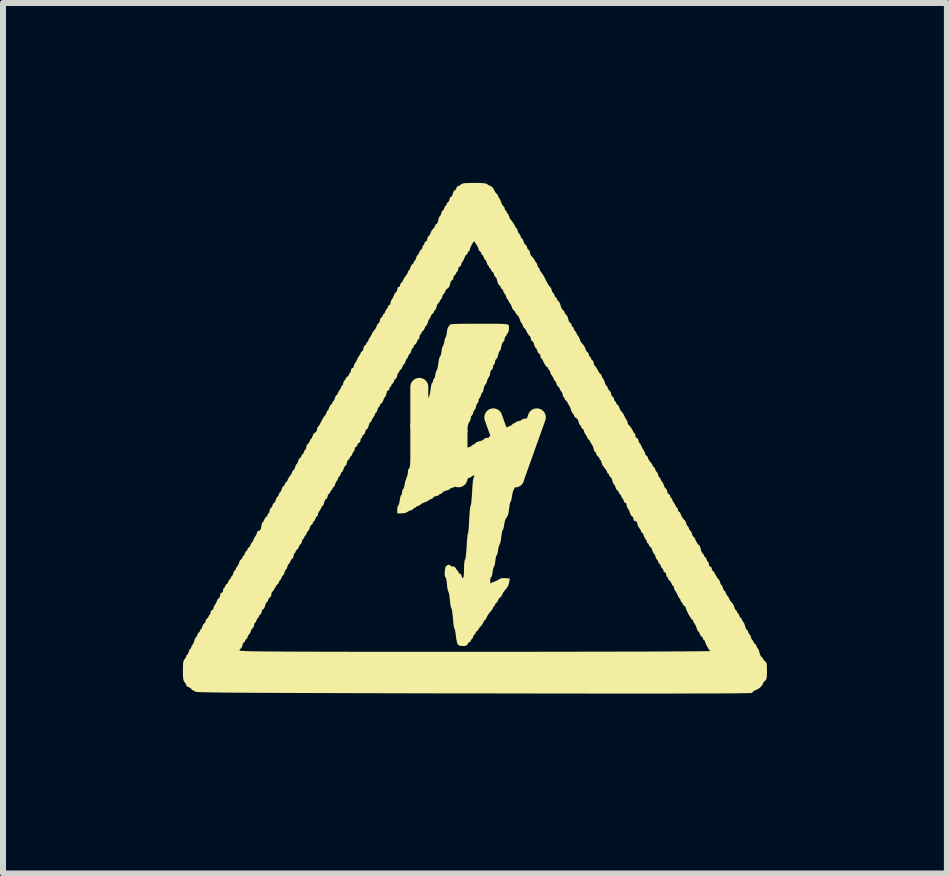
<source format=kicad_pcb>
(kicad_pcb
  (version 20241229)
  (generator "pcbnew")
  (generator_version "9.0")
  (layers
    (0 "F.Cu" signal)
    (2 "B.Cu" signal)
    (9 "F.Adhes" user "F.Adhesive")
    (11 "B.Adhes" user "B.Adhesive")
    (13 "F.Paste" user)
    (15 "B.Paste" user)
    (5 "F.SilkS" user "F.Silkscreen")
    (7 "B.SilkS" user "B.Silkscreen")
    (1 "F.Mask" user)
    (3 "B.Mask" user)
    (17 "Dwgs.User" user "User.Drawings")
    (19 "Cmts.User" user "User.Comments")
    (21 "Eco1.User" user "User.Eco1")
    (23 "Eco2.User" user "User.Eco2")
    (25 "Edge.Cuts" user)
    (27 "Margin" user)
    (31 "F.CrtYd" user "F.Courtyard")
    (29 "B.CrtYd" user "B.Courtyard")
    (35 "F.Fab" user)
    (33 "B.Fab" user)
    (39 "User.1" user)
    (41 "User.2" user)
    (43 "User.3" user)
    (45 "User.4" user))
  (footprint "hv"
    (layer "F.Cu")
    (at 4.849 4.236)
    (property "Reference" "hv" (at 0 0 0) (layer "F.SilkS") (effects (font (size 1.524 1.524) (thickness 0.3))))
    (attr board_only exclude_from_pos_files exclude_from_bom)
    (fp_poly (pts (xy 0.226 -1.888) (xy 0.336 -1.888) (xy 0.421 -1.887) (xy 0.483 -1.885) (xy 0.527 -1.882) (xy 0.556 -1.878) (xy 0.573 -1.873) (xy 0.581 -1.867) (xy 0.585 -1.859) (xy 0.588 -1.822) (xy 0.585 -1.78) (xy 0.576 -1.744) (xy 0.565 -1.727) (xy 0.563 -1.727) (xy 0.55 -1.714) (xy 0.549 -1.702) (xy 0.54 -1.681) (xy 0.533 -1.678) (xy 0.52 -1.664) (xy 0.516 -1.637) (xy 0.508 -1.603) (xy 0.494 -1.588) (xy 0.478 -1.568) (xy 0.464 -1.528) (xy 0.461 -1.508) (xy 0.451 -1.465) (xy 0.44 -1.439) (xy 0.435 -1.436) (xy 0.423 -1.422) (xy 0.412 -1.386) (xy 0.41 -1.373) (xy 0.398 -1.33) (xy 0.382 -1.303) (xy 0.377 -1.301) (xy 0.36 -1.28) (xy 0.355 -1.251) (xy 0.35 -1.221) (xy 0.339 -1.21) (xy 0.327 -1.196) (xy 0.323 -1.169) (xy 0.314 -1.135) (xy 0.299 -1.119) (xy 0.281 -1.098) (xy 0.274 -1.064) (xy 0.267 -1.023) (xy 0.252 -0.997) (xy 0.233 -0.966) (xy 0.219 -0.923) (xy 0.207 -0.888) (xy 0.194 -0.872) (xy 0.193 -0.871) (xy 0.181 -0.857) (xy 0.17 -0.822) (xy 0.168 -0.807) (xy 0.158 -0.767) (xy 0.148 -0.744) (xy 0.144 -0.742) (xy 0.132 -0.728) (xy 0.121 -0.695) (xy 0.121 -0.694) (xy 0.109 -0.66) (xy 0.096 -0.645) (xy 0.096 -0.645) (xy 0.084 -0.632) (xy 0.081 -0.605) (xy 0.075 -0.575) (xy 0.065 -0.565) (xy 0.052 -0.551) (xy 0.041 -0.516) (xy 0.039 -0.508) (xy 0.029 -0.471) (xy 0.018 -0.452) (xy 0.016 -0.452) (xy 0.003 -0.438) (xy -0.008 -0.404) (xy -0.008 -0.403) (xy -0.02 -0.37) (xy -0.033 -0.355) (xy -0.034 -0.355) (xy -0.045 -0.341) (xy -0.048 -0.316) (xy -0.058 -0.275) (xy -0.073 -0.252) (xy -0.091 -0.218) (xy -0.097 -0.186) (xy -0.104 -0.152) (xy -0.119 -0.136) (xy -0.136 -0.116) (xy -0.149 -0.076) (xy -0.152 -0.062) (xy -0.164 -0.014) (xy -0.182 0.022) (xy -0.186 0.027) (xy -0.206 0.061) (xy -0.21 0.082) (xy -0.216 0.107) (xy -0.225 0.113) (xy -0.238 0.127) (xy -0.249 0.162) (xy -0.252 0.173) (xy -0.263 0.216) (xy -0.278 0.243) (xy -0.281 0.246) (xy -0.285 0.256) (xy -0.271 0.258) (xy -0.238 0.247) (xy -0.22 0.234) (xy -0.185 0.214) (xy -0.163 0.21) (xy -0.136 0.204) (xy -0.129 0.195) (xy -0.115 0.181) (xy -0.082 0.17) (xy -0.081 0.169) (xy -0.047 0.158) (xy -0.032 0.144) (xy -0.032 0.144) (xy -0.019 0.131) (xy -0.008 0.129) (xy 0.019 0.116) (xy 0.026 0.105) (xy 0.047 0.087) (xy 0.087 0.073) (xy 0.098 0.071) (xy 0.139 0.059) (xy 0.166 0.042) (xy 0.168 0.038) (xy 0.189 0.021) (xy 0.217 0.016) (xy 0.248 0.011) (xy 0.258 0.000308) (xy 0.272 -0.015) (xy 0.299 -0.026) (xy 0.329 -0.038) (xy 0.339 -0.05) (xy 0.352 -0.063) (xy 0.364 -0.065) (xy 0.391 -0.078) (xy 0.398 -0.089) (xy 0.419 -0.107) (xy 0.446 -0.113) (xy 0.48 -0.122) (xy 0.494 -0.137) (xy 0.516 -0.156) (xy 0.541 -0.161) (xy 0.575 -0.168) (xy 0.589 -0.178) (xy 0.607 -0.188) (xy 0.613 -0.186) (xy 0.629 -0.191) (xy 0.635 -0.202) (xy 0.657 -0.223) (xy 0.669 -0.226) (xy 0.691 -0.234) (xy 0.694 -0.24) (xy 0.708 -0.252) (xy 0.743 -0.264) (xy 0.75 -0.265) (xy 0.788 -0.276) (xy 0.806 -0.289) (xy 0.807 -0.291) (xy 0.821 -0.301) (xy 0.857 -0.306) (xy 0.874 -0.307) (xy 0.94 -0.307) (xy 0.932 -0.2) (xy 0.925 -0.144) (xy 0.916 -0.102) (xy 0.908 -0.083) (xy 0.897 -0.062) (xy 0.887 -0.02) (xy 0.884 0.006) (xy 0.875 0.054) (xy 0.864 0.087) (xy 0.858 0.095) (xy 0.849 0.115) (xy 0.839 0.158) (xy 0.831 0.216) (xy 0.83 0.222) (xy 0.823 0.279) (xy 0.815 0.32) (xy 0.807 0.339) (xy 0.806 0.339) (xy 0.797 0.353) (xy 0.788 0.391) (xy 0.782 0.424) (xy 0.773 0.473) (xy 0.762 0.508) (xy 0.756 0.518) (xy 0.746 0.538) (xy 0.736 0.58) (xy 0.731 0.619) (xy 0.724 0.668) (xy 0.716 0.701) (xy 0.71 0.71) (xy 0.702 0.725) (xy 0.694 0.762) (xy 0.69 0.792) (xy 0.683 0.841) (xy 0.672 0.876) (xy 0.666 0.885) (xy 0.655 0.906) (xy 0.645 0.948) (xy 0.638 0.988) (xy 0.63 1.038) (xy 0.621 1.072) (xy 0.614 1.081) (xy 0.606 1.096) (xy 0.598 1.135) (xy 0.591 1.19) (xy 0.59 1.197) (xy 0.579 1.274) (xy 0.563 1.321) (xy 0.55 1.339) (xy 0.529 1.373) (xy 0.513 1.431) (xy 0.509 1.456) (xy 0.501 1.506) (xy 0.492 1.54) (xy 0.485 1.549) (xy 0.477 1.564) (xy 0.468 1.603) (xy 0.46 1.658) (xy 0.46 1.666) (xy 0.452 1.725) (xy 0.442 1.77) (xy 0.433 1.793) (xy 0.432 1.793) (xy 0.421 1.814) (xy 0.411 1.856) (xy 0.407 1.882) (xy 0.4 1.93) (xy 0.389 1.963) (xy 0.384 1.97) (xy 0.374 1.99) (xy 0.365 2.032) (xy 0.36 2.071) (xy 0.353 2.12) (xy 0.345 2.154) (xy 0.338 2.162) (xy 0.33 2.177) (xy 0.321 2.214) (xy 0.315 2.251) (xy 0.307 2.3) (xy 0.296 2.332) (xy 0.289 2.34) (xy 0.28 2.354) (xy 0.275 2.389) (xy 0.275 2.4) (xy 0.277 2.434) (xy 0.284 2.445) (xy 0.287 2.442) (xy 0.31 2.425) (xy 0.347 2.411) (xy 0.391 2.394) (xy 0.422 2.373) (xy 0.457 2.356) (xy 0.513 2.353) (xy 0.525 2.354) (xy 0.601 2.36) (xy 0.592 2.423) (xy 0.579 2.472) (xy 0.558 2.51) (xy 0.554 2.515) (xy 0.495 2.589) (xy 0.468 2.642) (xy 0.45 2.67) (xy 0.436 2.679) (xy 0.421 2.692) (xy 0.41 2.718) (xy 0.394 2.751) (xy 0.378 2.766) (xy 0.357 2.788) (xy 0.355 2.799) (xy 0.346 2.821) (xy 0.339 2.824) (xy 0.324 2.837) (xy 0.323 2.847) (xy 0.312 2.872) (xy 0.285 2.907) (xy 0.275 2.918) (xy 0.242 2.958) (xy 0.22 2.999) (xy 0.217 3.006) (xy 0.201 3.041) (xy 0.184 3.056) (xy 0.164 3.078) (xy 0.161 3.091) (xy 0.15 3.118) (xy 0.123 3.151) (xy 0.121 3.153) (xy 0.094 3.183) (xy 0.081 3.206) (xy 0.081 3.207) (xy 0.068 3.227) (xy 0.056 3.233) (xy 0.035 3.255) (xy 0.032 3.267) (xy 0.024 3.289) (xy 0.016 3.292) (xy 0.001 3.306) (xy -0.01 3.332) (xy -0.022 3.363) (xy -0.034 3.373) (xy -0.047 3.386) (xy -0.048 3.397) (xy -0.06 3.418) (xy -0.071 3.421) (xy -0.092 3.435) (xy -0.101 3.453) (xy -0.113 3.474) (xy -0.141 3.484) (xy -0.181 3.486) (xy -0.23 3.482) (xy -0.257 3.469) (xy -0.271 3.449) (xy -0.281 3.415) (xy -0.292 3.36) (xy -0.299 3.304) (xy -0.306 3.25) (xy -0.314 3.211) (xy -0.322 3.195) (xy -0.322 3.195) (xy -0.328 3.18) (xy -0.335 3.14) (xy -0.342 3.08) (xy -0.346 3.03) (xy -0.353 2.96) (xy -0.36 2.903) (xy -0.368 2.866) (xy -0.373 2.855) (xy -0.381 2.836) (xy -0.389 2.793) (xy -0.396 2.734) (xy -0.398 2.718) (xy -0.404 2.657) (xy -0.413 2.609) (xy -0.421 2.583) (xy -0.423 2.581) (xy -0.431 2.561) (xy -0.44 2.518) (xy -0.446 2.461) (xy -0.447 2.455) (xy -0.453 2.399) (xy -0.461 2.358) (xy -0.469 2.34) (xy -0.47 2.34) (xy -0.48 2.326) (xy -0.484 2.291) (xy -0.483 2.245) (xy -0.478 2.199) (xy -0.468 2.164) (xy -0.461 2.153) (xy -0.432 2.135) (xy -0.403 2.131) (xy -0.388 2.143) (xy -0.387 2.147) (xy -0.374 2.159) (xy -0.351 2.159) (xy -0.316 2.167) (xy -0.299 2.191) (xy -0.282 2.218) (xy -0.271 2.227) (xy -0.26 2.24) (xy -0.258 2.251) (xy -0.246 2.273) (xy -0.236 2.275) (xy -0.215 2.289) (xy -0.203 2.316) (xy -0.191 2.351) (xy -0.179 2.357) (xy -0.17 2.334) (xy -0.164 2.286) (xy -0.161 2.214) (xy -0.161 2.204) (xy -0.16 2.133) (xy -0.155 2.079) (xy -0.148 2.05) (xy -0.145 2.047) (xy -0.138 2.029) (xy -0.131 1.985) (xy -0.124 1.919) (xy -0.119 1.838) (xy -0.118 1.827) (xy -0.114 1.749) (xy -0.108 1.683) (xy -0.103 1.636) (xy -0.098 1.615) (xy -0.097 1.614) (xy -0.092 1.599) (xy -0.087 1.557) (xy -0.082 1.494) (xy -0.077 1.417) (xy -0.076 1.385) (xy -0.071 1.303) (xy -0.066 1.232) (xy -0.06 1.179) (xy -0.054 1.15) (xy -0.052 1.147) (xy -0.046 1.128) (xy -0.039 1.084) (xy -0.034 1.019) (xy -0.028 0.94) (xy -0.027 0.913) (xy -0.021 0.812) (xy -0.014 0.738) (xy -0.006 0.692) (xy 0.001 0.677) (xy 0.012 0.656) (xy 0.009 0.647) (xy -0.009 0.643) (xy -0.036 0.661) (xy -0.064 0.681) (xy -0.083 0.684) (xy -0.096 0.688) (xy -0.097 0.693) (xy -0.11 0.708) (xy -0.121 0.71) (xy -0.143 0.719) (xy -0.145 0.726) (xy -0.159 0.739) (xy -0.178 0.742) (xy -0.204 0.752) (xy -0.21 0.767) (xy -0.224 0.786) (xy -0.251 0.791) (xy -0.285 0.799) (xy -0.3 0.814) (xy -0.321 0.834) (xy -0.356 0.848) (xy -0.39 0.859) (xy -0.403 0.871) (xy -0.417 0.882) (xy -0.452 0.893) (xy -0.458 0.894) (xy -0.498 0.908) (xy -0.521 0.926) (xy -0.522 0.928) (xy -0.544 0.95) (xy -0.556 0.952) (xy -0.578 0.961) (xy -0.581 0.968) (xy -0.595 0.98) (xy -0.622 0.984) (xy -0.656 0.993) (xy -0.672 1.009) (xy -0.692 1.03) (xy -0.703 1.033) (xy -0.731 1.043) (xy -0.745 1.054) (xy -0.777 1.074) (xy -0.812 1.087) (xy -0.859 1.107) (xy -0.891 1.13) (xy -0.92 1.15) (xy -0.938 1.152) (xy -0.951 1.156) (xy -0.952 1.161) (xy -0.965 1.176) (xy -0.976 1.178) (xy -0.998 1.187) (xy -1.001 1.194) (xy -1.014 1.209) (xy -1.045 1.221) (xy -1.086 1.237) (xy -1.11 1.253) (xy -1.139 1.267) (xy -1.185 1.274) (xy -1.203 1.275) (xy -1.275 1.275) (xy -1.275 1.21) (xy -1.272 1.17) (xy -1.263 1.147) (xy -1.26 1.146) (xy -1.25 1.131) (xy -1.24 1.094) (xy -1.234 1.057) (xy -1.225 1.008) (xy -1.215 0.976) (xy -1.208 0.968) (xy -1.198 0.954) (xy -1.194 0.92) (xy -1.194 0.92) (xy -1.19 0.886) (xy -1.179 0.871) (xy -1.179 0.871) (xy -1.168 0.857) (xy -1.157 0.82) (xy -1.153 0.796) (xy -1.141 0.741) (xy -1.125 0.692) (xy -1.119 0.679) (xy -1.103 0.632) (xy -1.097 0.585) (xy -1.094 0.549) (xy -1.084 0.533) (xy -1.083 0.533) (xy -1.073 0.518) (xy -1.063 0.482) (xy -1.06 0.466) (xy -1.051 0.422) (xy -1.04 0.393) (xy -1.036 0.389) (xy -1.026 0.368) (xy -1.016 0.327) (xy -1.013 0.301) (xy -1.005 0.253) (xy -0.994 0.22) (xy -0.988 0.212) (xy -0.979 0.192) (xy -0.969 0.149) (xy -0.961 0.092) (xy -0.961 0.09) (xy -0.952 0.031) (xy -0.939 -0.018) (xy -0.926 -0.044) (xy -0.911 -0.075) (xy -0.904 -0.12) (xy -0.904 -0.121) (xy -0.899 -0.159) (xy -0.887 -0.18) (xy -0.886 -0.181) (xy -0.874 -0.199) (xy -0.864 -0.239) (xy -0.859 -0.271) (xy -0.853 -0.318) (xy -0.844 -0.349) (xy -0.839 -0.355) (xy -0.83 -0.37) (xy -0.821 -0.407) (xy -0.816 -0.444) (xy -0.807 -0.492) (xy -0.798 -0.525) (xy -0.792 -0.533) (xy -0.782 -0.547) (xy -0.773 -0.583) (xy -0.77 -0.599) (xy -0.761 -0.643) (xy -0.749 -0.672) (xy -0.746 -0.676) (xy -0.736 -0.696) (xy -0.727 -0.739) (xy -0.719 -0.795) (xy -0.711 -0.849) (xy -0.702 -0.888) (xy -0.693 -0.904) (xy -0.693 -0.904) (xy -0.681 -0.917) (xy -0.678 -0.936) (xy -0.672 -0.962) (xy -0.664 -0.968) (xy -0.653 -0.983) (xy -0.643 -1.018) (xy -0.641 -1.035) (xy -0.632 -1.079) (xy -0.62 -1.108) (xy -0.617 -1.112) (xy -0.607 -1.132) (xy -0.598 -1.174) (xy -0.59 -1.226) (xy -0.582 -1.282) (xy -0.571 -1.323) (xy -0.562 -1.341) (xy -0.55 -1.362) (xy -0.54 -1.404) (xy -0.537 -1.43) (xy -0.529 -1.478) (xy -0.518 -1.511) (xy -0.513 -1.519) (xy -0.501 -1.539) (xy -0.491 -1.58) (xy -0.489 -1.595) (xy -0.481 -1.636) (xy -0.471 -1.66) (xy -0.468 -1.662) (xy -0.46 -1.677) (xy -0.452 -1.714) (xy -0.448 -1.746) (xy -0.44 -1.795) (xy -0.429 -1.828) (xy -0.422 -1.836) (xy -0.405 -1.855) (xy -0.403 -1.865) (xy -0.399 -1.872) (xy -0.384 -1.877) (xy -0.355 -1.881) (xy -0.31 -1.884) (xy -0.244 -1.886) (xy -0.155 -1.887) (xy -0.039 -1.888) (xy 0.087 -1.888)) (stroke (width 0) (type solid)) (fill yes) (layer "F.SilkS"))
    (fp_poly (pts (xy 0.11 -4.235) (xy 0.178 -4.23) (xy 0.215 -4.222) (xy 0.223 -4.217) (xy 0.246 -4.199) (xy 0.275 -4.188) (xy 0.315 -4.162) (xy 0.343 -4.114) (xy 0.364 -4.075) (xy 0.382 -4.053) (xy 0.387 -4.05) (xy 0.402 -4.037) (xy 0.403 -4.027) (xy 0.414 -3.997) (xy 0.426 -3.982) (xy 0.445 -3.951) (xy 0.459 -3.91) (xy 0.473 -3.872) (xy 0.493 -3.851) (xy 0.493 -3.851) (xy 0.512 -3.829) (xy 0.516 -3.809) (xy 0.523 -3.782) (xy 0.533 -3.776) (xy 0.547 -3.763) (xy 0.549 -3.752) (xy 0.556 -3.73) (xy 0.563 -3.728) (xy 0.577 -3.714) (xy 0.589 -3.683) (xy 0.6 -3.648) (xy 0.61 -3.631) (xy 0.63 -3.609) (xy 0.656 -3.573) (xy 0.679 -3.536) (xy 0.693 -3.508) (xy 0.694 -3.502) (xy 0.705 -3.486) (xy 0.709 -3.486) (xy 0.722 -3.472) (xy 0.734 -3.438) (xy 0.734 -3.437) (xy 0.745 -3.403) (xy 0.758 -3.389) (xy 0.758 -3.389) (xy 0.771 -3.375) (xy 0.781 -3.348) (xy 0.794 -3.318) (xy 0.806 -3.308) (xy 0.819 -3.294) (xy 0.831 -3.261) (xy 0.845 -3.224) (xy 0.864 -3.205) (xy 0.884 -3.183) (xy 0.888 -3.165) (xy 0.899 -3.135) (xy 0.912 -3.125) (xy 0.931 -3.103) (xy 0.936 -3.082) (xy 0.945 -3.043) (xy 0.956 -3.025) (xy 0.995 -2.981) (xy 1.013 -2.954) (xy 1.017 -2.945) (xy 1.027 -2.926) (xy 1.041 -2.91) (xy 1.061 -2.876) (xy 1.065 -2.855) (xy 1.072 -2.83) (xy 1.081 -2.824) (xy 1.096 -2.811) (xy 1.097 -2.801) (xy 1.108 -2.77) (xy 1.118 -2.756) (xy 1.142 -2.724) (xy 1.17 -2.68) (xy 1.203 -2.616) (xy 1.218 -2.586) (xy 1.243 -2.541) (xy 1.264 -2.51) (xy 1.274 -2.501) (xy 1.287 -2.487) (xy 1.299 -2.454) (xy 1.299 -2.453) (xy 1.31 -2.419) (xy 1.323 -2.404) (xy 1.323 -2.404) (xy 1.336 -2.391) (xy 1.346 -2.364) (xy 1.359 -2.334) (xy 1.372 -2.324) (xy 1.386 -2.311) (xy 1.388 -2.299) (xy 1.401 -2.272) (xy 1.412 -2.265) (xy 1.43 -2.245) (xy 1.445 -2.205) (xy 1.446 -2.197) (xy 1.461 -2.152) (xy 1.484 -2.12) (xy 1.487 -2.117) (xy 1.511 -2.091) (xy 1.517 -2.072) (xy 1.53 -2.046) (xy 1.541 -2.039) (xy 1.559 -2.018) (xy 1.573 -1.979) (xy 1.576 -1.967) (xy 1.588 -1.924) (xy 1.605 -1.905) (xy 1.608 -1.904) (xy 1.626 -1.891) (xy 1.63 -1.872) (xy 1.636 -1.846) (xy 1.646 -1.84) (xy 1.661 -1.826) (xy 1.672 -1.799) (xy 1.684 -1.769) (xy 1.696 -1.759) (xy 1.709 -1.746) (xy 1.711 -1.737) (xy 1.722 -1.708) (xy 1.733 -1.696) (xy 1.754 -1.666) (xy 1.766 -1.635) (xy 1.781 -1.595) (xy 1.796 -1.572) (xy 1.832 -1.53) (xy 1.852 -1.499) (xy 1.863 -1.468) (xy 1.865 -1.463) (xy 1.88 -1.429) (xy 1.898 -1.414) (xy 1.916 -1.392) (xy 1.92 -1.372) (xy 1.927 -1.346) (xy 1.936 -1.339) (xy 1.951 -1.326) (xy 1.953 -1.315) (xy 1.966 -1.288) (xy 1.977 -1.281) (xy 1.996 -1.259) (xy 2.001 -1.233) (xy 2.006 -1.203) (xy 2.014 -1.194) (xy 2.028 -1.181) (xy 2.05 -1.147) (xy 2.064 -1.122) (xy 2.087 -1.08) (xy 2.107 -1.054) (xy 2.115 -1.049) (xy 2.129 -1.036) (xy 2.13 -1.026) (xy 2.141 -0.996) (xy 2.152 -0.981) (xy 2.172 -0.949) (xy 2.186 -0.907) (xy 2.198 -0.872) (xy 2.211 -0.855) (xy 2.212 -0.855) (xy 2.226 -0.842) (xy 2.236 -0.816) (xy 2.252 -0.783) (xy 2.269 -0.768) (xy 2.286 -0.747) (xy 2.291 -0.72) (xy 2.3 -0.687) (xy 2.316 -0.672) (xy 2.336 -0.65) (xy 2.34 -0.63) (xy 2.347 -0.603) (xy 2.356 -0.597) (xy 2.37 -0.584) (xy 2.372 -0.572) (xy 2.385 -0.545) (xy 2.395 -0.539) (xy 2.416 -0.518) (xy 2.428 -0.488) (xy 2.447 -0.446) (xy 2.468 -0.421) (xy 2.496 -0.385) (xy 2.509 -0.356) (xy 2.528 -0.316) (xy 2.544 -0.294) (xy 2.563 -0.26) (xy 2.566 -0.242) (xy 2.571 -0.215) (xy 2.578 -0.207) (xy 2.597 -0.189) (xy 2.622 -0.156) (xy 2.646 -0.118) (xy 2.661 -0.088) (xy 2.663 -0.081) (xy 2.675 -0.065) (xy 2.679 -0.065) (xy 2.691 -0.051) (xy 2.695 -0.024) (xy 2.703 0.008) (xy 2.719 0.016) (xy 2.739 0.03) (xy 2.743 0.047) (xy 2.754 0.085) (xy 2.765 0.1) (xy 2.788 0.133) (xy 2.8 0.161) (xy 2.818 0.201) (xy 2.834 0.222) (xy 2.853 0.256) (xy 2.856 0.274) (xy 2.868 0.303) (xy 2.88 0.312) (xy 2.902 0.334) (xy 2.905 0.347) (xy 2.915 0.375) (xy 2.94 0.411) (xy 2.945 0.416) (xy 2.972 0.45) (xy 2.985 0.477) (xy 2.985 0.48) (xy 2.995 0.499) (xy 3.001 0.5) (xy 3.017 0.514) (xy 3.027 0.541) (xy 3.039 0.571) (xy 3.05 0.581) (xy 3.063 0.595) (xy 3.074 0.628) (xy 3.074 0.629) (xy 3.086 0.663) (xy 3.099 0.678) (xy 3.1 0.678) (xy 3.113 0.691) (xy 3.114 0.7) (xy 3.126 0.729) (xy 3.138 0.741) (xy 3.158 0.771) (xy 3.171 0.807) (xy 3.186 0.843) (xy 3.204 0.861) (xy 3.222 0.883) (xy 3.227 0.911) (xy 3.236 0.944) (xy 3.252 0.952) (xy 3.271 0.966) (xy 3.276 0.984) (xy 3.283 1.011) (xy 3.292 1.017) (xy 3.307 1.03) (xy 3.308 1.04) (xy 3.319 1.07) (xy 3.33 1.085) (xy 3.353 1.118) (xy 3.364 1.142) (xy 3.378 1.17) (xy 3.39 1.178) (xy 3.402 1.192) (xy 3.405 1.21) (xy 3.411 1.237) (xy 3.419 1.243) (xy 3.436 1.256) (xy 3.444 1.271) (xy 3.464 1.316) (xy 3.488 1.357) (xy 3.509 1.383) (xy 3.518 1.388) (xy 3.53 1.402) (xy 3.542 1.435) (xy 3.542 1.436) (xy 3.553 1.47) (xy 3.566 1.485) (xy 3.566 1.485) (xy 3.579 1.498) (xy 3.589 1.525) (xy 3.602 1.555) (xy 3.614 1.565) (xy 3.627 1.579) (xy 3.639 1.613) (xy 3.639 1.614) (xy 3.65 1.648) (xy 3.662 1.662) (xy 3.663 1.662) (xy 3.678 1.675) (xy 3.686 1.69) (xy 3.707 1.737) (xy 3.731 1.778) (xy 3.752 1.803) (xy 3.761 1.807) (xy 3.772 1.822) (xy 3.783 1.857) (xy 3.786 1.871) (xy 3.798 1.913) (xy 3.814 1.94) (xy 3.818 1.943) (xy 3.838 1.965) (xy 3.841 1.976) (xy 3.849 1.998) (xy 3.856 2.001) (xy 3.872 2.015) (xy 3.882 2.041) (xy 3.895 2.072) (xy 3.907 2.082) (xy 3.918 2.096) (xy 3.921 2.122) (xy 3.93 2.154) (xy 3.946 2.162) (xy 3.965 2.176) (xy 3.97 2.195) (xy 3.975 2.221) (xy 3.983 2.227) (xy 3.997 2.24) (xy 4.019 2.274) (xy 4.033 2.3) (xy 4.056 2.341) (xy 4.075 2.367) (xy 4.083 2.372) (xy 4.095 2.386) (xy 4.107 2.42) (xy 4.107 2.421) (xy 4.118 2.454) (xy 4.131 2.469) (xy 4.131 2.469) (xy 4.144 2.483) (xy 4.155 2.516) (xy 4.155 2.517) (xy 4.167 2.551) (xy 4.18 2.566) (xy 4.181 2.566) (xy 4.195 2.579) (xy 4.205 2.606) (xy 4.217 2.636) (xy 4.229 2.647) (xy 4.243 2.66) (xy 4.253 2.682) (xy 4.27 2.72) (xy 4.283 2.738) (xy 4.316 2.778) (xy 4.335 2.809) (xy 4.346 2.843) (xy 4.347 2.845) (xy 4.36 2.877) (xy 4.373 2.889) (xy 4.388 2.902) (xy 4.389 2.913) (xy 4.397 2.934) (xy 4.404 2.937) (xy 4.418 2.951) (xy 4.428 2.977) (xy 4.441 3.008) (xy 4.454 3.018) (xy 4.469 3.031) (xy 4.47 3.04) (xy 4.481 3.069) (xy 4.493 3.081) (xy 4.511 3.109) (xy 4.525 3.152) (xy 4.526 3.155) (xy 4.536 3.192) (xy 4.549 3.211) (xy 4.551 3.211) (xy 4.566 3.225) (xy 4.576 3.252) (xy 4.588 3.282) (xy 4.6 3.292) (xy 4.612 3.306) (xy 4.623 3.339) (xy 4.623 3.34) (xy 4.635 3.374) (xy 4.649 3.389) (xy 4.649 3.389) (xy 4.662 3.402) (xy 4.664 3.414) (xy 4.677 3.44) (xy 4.688 3.448) (xy 4.709 3.467) (xy 4.712 3.478) (xy 4.723 3.507) (xy 4.734 3.521) (xy 4.751 3.551) (xy 4.765 3.596) (xy 4.767 3.601) (xy 4.78 3.642) (xy 4.798 3.667) (xy 4.801 3.669) (xy 4.822 3.689) (xy 4.825 3.699) (xy 4.837 3.723) (xy 4.857 3.74) (xy 4.873 3.754) (xy 4.883 3.775) (xy 4.888 3.812) (xy 4.889 3.87) (xy 4.89 3.902) (xy 4.889 3.972) (xy 4.885 4.017) (xy 4.877 4.044) (xy 4.864 4.062) (xy 4.857 4.067) (xy 4.832 4.091) (xy 4.825 4.108) (xy 4.812 4.137) (xy 4.782 4.172) (xy 4.742 4.203) (xy 4.705 4.221) (xy 4.675 4.232) (xy 4.664 4.242) (xy 4.651 4.258) (xy 4.635 4.268) (xy 4.616 4.27) (xy 4.565 4.272) (xy 4.481 4.273) (xy 4.366 4.275) (xy 4.219 4.276) (xy 4.041 4.277) (xy 3.831 4.277) (xy 3.59 4.278) (xy 3.318 4.279) (xy 3.016 4.279) (xy 2.682 4.279) (xy 2.319 4.279) (xy 1.924 4.279) (xy 1.5 4.278) (xy 1.045 4.278) (xy 0.561 4.277) (xy 0.047 4.276) (xy -0.015 4.276) (xy -0.488 4.276) (xy -0.931 4.275) (xy -1.342 4.274) (xy -1.725 4.273) (xy -2.079 4.272) (xy -2.405 4.271) (xy -2.705 4.27) (xy -2.979 4.269) (xy -3.228 4.268) (xy -3.453 4.267) (xy -3.656 4.266) (xy -3.836 4.265) (xy -3.996 4.264) (xy -4.135 4.263) (xy -4.256 4.261) (xy -4.358 4.26) (xy -4.443 4.258) (xy -4.511 4.257) (xy -4.565 4.255) (xy -4.603 4.253) (xy -4.629 4.251) (xy -4.641 4.249) (xy -4.643 4.248) (xy -4.663 4.23) (xy -4.674 4.228) (xy -4.7 4.215) (xy -4.706 4.205) (xy -4.727 4.184) (xy -4.754 4.173) (xy -4.783 4.157) (xy -4.793 4.14) (xy -4.803 4.112) (xy -4.821 4.089) (xy -4.834 4.07) (xy -4.843 4.041) (xy -4.847 3.995) (xy -4.849 3.925) (xy -4.849 3.897) (xy -4.848 3.819) (xy -4.845 3.766) (xy -4.838 3.732) (xy -4.826 3.711) (xy -4.821 3.705) (xy -4.799 3.675) (xy -4.793 3.654) (xy -4.784 3.633) (xy -4.778 3.631) (xy -4.764 3.617) (xy -4.753 3.583) (xy -4.752 3.582) (xy -4.744 3.558) (xy -3.905 3.558) (xy -3.903 3.56) (xy -3.895 3.563) (xy -3.881 3.565) (xy -3.859 3.567) (xy -3.828 3.569) (xy -3.786 3.571) (xy -3.734 3.573) (xy -3.669 3.574) (xy -3.591 3.575) (xy -3.497 3.576) (xy -3.388 3.577) (xy -3.262 3.578) (xy -3.118 3.579) (xy -2.954 3.58) (xy -2.769 3.58) (xy -2.563 3.581) (xy -2.334 3.581) (xy -2.081 3.582) (xy -1.802 3.582) (xy -1.498 3.582) (xy -1.165 3.582) (xy -0.804 3.582) (xy -0.413 3.582) (xy 0.009 3.582) (xy 0.028 3.582) (xy 0.382 3.582) (xy 0.727 3.582) (xy 1.062 3.582) (xy 1.385 3.581) (xy 1.696 3.581) (xy 1.993 3.58) (xy 2.274 3.58) (xy 2.538 3.579) (xy 2.783 3.579) (xy 3.009 3.578) (xy 3.214 3.577) (xy 3.397 3.576) (xy 3.555 3.575) (xy 3.689 3.574) (xy 3.796 3.573) (xy 3.875 3.572) (xy 3.924 3.571) (xy 3.943 3.57) (xy 3.944 3.57) (xy 3.924 3.547) (xy 3.899 3.507) (xy 3.875 3.461) (xy 3.859 3.423) (xy 3.857 3.409) (xy 3.847 3.39) (xy 3.841 3.389) (xy 3.826 3.376) (xy 3.825 3.364) (xy 3.812 3.337) (xy 3.802 3.331) (xy 3.781 3.31) (xy 3.769 3.283) (xy 3.757 3.253) (xy 3.745 3.244) (xy 3.732 3.23) (xy 3.72 3.196) (xy 3.719 3.192) (xy 3.704 3.149) (xy 3.685 3.118) (xy 3.666 3.089) (xy 3.663 3.075) (xy 3.65 3.05) (xy 3.641 3.045) (xy 3.624 3.027) (xy 3.6 2.989) (xy 3.574 2.942) (xy 3.551 2.894) (xy 3.536 2.856) (xy 3.534 2.843) (xy 3.521 2.824) (xy 3.51 2.818) (xy 3.488 2.797) (xy 3.486 2.784) (xy 3.477 2.762) (xy 3.47 2.759) (xy 3.455 2.746) (xy 3.453 2.736) (xy 3.443 2.706) (xy 3.431 2.691) (xy 3.409 2.658) (xy 3.397 2.63) (xy 3.378 2.591) (xy 3.362 2.569) (xy 3.343 2.535) (xy 3.34 2.516) (xy 3.334 2.491) (xy 3.325 2.485) (xy 3.309 2.471) (xy 3.299 2.446) (xy 3.283 2.412) (xy 3.266 2.398) (xy 3.246 2.376) (xy 3.244 2.365) (xy 3.235 2.343) (xy 3.227 2.34) (xy 3.215 2.326) (xy 3.211 2.3) (xy 3.203 2.267) (xy 3.187 2.259) (xy 3.167 2.246) (xy 3.163 2.227) (xy 3.156 2.201) (xy 3.147 2.195) (xy 3.132 2.181) (xy 3.121 2.154) (xy 3.109 2.124) (xy 3.097 2.114) (xy 3.084 2.101) (xy 3.082 2.092) (xy 3.071 2.063) (xy 3.058 2.049) (xy 3.037 2.019) (xy 3.034 2.001) (xy 3.022 1.967) (xy 3.011 1.953) (xy 2.99 1.924) (xy 2.977 1.888) (xy 2.963 1.852) (xy 2.944 1.833) (xy 2.923 1.812) (xy 2.921 1.8) (xy 2.912 1.778) (xy 2.905 1.775) (xy 2.89 1.762) (xy 2.889 1.752) (xy 2.878 1.722) (xy 2.867 1.708) (xy 2.847 1.676) (xy 2.834 1.642) (xy 2.822 1.61) (xy 2.808 1.598) (xy 2.793 1.585) (xy 2.792 1.576) (xy 2.782 1.549) (xy 2.759 1.517) (xy 2.736 1.477) (xy 2.727 1.442) (xy 2.719 1.411) (xy 2.695 1.404) (xy 2.67 1.394) (xy 2.663 1.364) (xy 2.655 1.332) (xy 2.64 1.323) (xy 2.622 1.309) (xy 2.609 1.275) (xy 2.608 1.274) (xy 2.593 1.23) (xy 2.574 1.2) (xy 2.555 1.165) (xy 2.55 1.137) (xy 2.541 1.105) (xy 2.525 1.097) (xy 2.506 1.084) (xy 2.501 1.065) (xy 2.495 1.039) (xy 2.487 1.033) (xy 2.473 1.019) (xy 2.462 0.992) (xy 2.449 0.962) (xy 2.436 0.952) (xy 2.422 0.939) (xy 2.421 0.927) (xy 2.408 0.9) (xy 2.397 0.894) (xy 2.377 0.873) (xy 2.364 0.838) (xy 2.352 0.804) (xy 2.339 0.791) (xy 2.327 0.777) (xy 2.316 0.742) (xy 2.315 0.735) (xy 2.302 0.696) (xy 2.284 0.672) (xy 2.282 0.671) (xy 2.261 0.65) (xy 2.259 0.638) (xy 2.251 0.616) (xy 2.243 0.613) (xy 2.228 0.6) (xy 2.227 0.591) (xy 2.217 0.566) (xy 2.192 0.53) (xy 2.179 0.515) (xy 2.149 0.473) (xy 2.132 0.434) (xy 2.13 0.424) (xy 2.124 0.395) (xy 2.114 0.387) (xy 2.1 0.374) (xy 2.098 0.363) (xy 2.085 0.335) (xy 2.075 0.329) (xy 2.054 0.308) (xy 2.043 0.281) (xy 2.03 0.252) (xy 2.017 0.242) (xy 2.005 0.228) (xy 2.001 0.204) (xy 1.991 0.164) (xy 1.969 0.125) (xy 1.946 0.091) (xy 1.936 0.066) (xy 1.936 0.066) (xy 1.926 0.049) (xy 1.921 0.048) (xy 1.905 0.035) (xy 1.895 0.013) (xy 1.876 -0.026) (xy 1.862 -0.045) (xy 1.843 -0.078) (xy 1.84 -0.096) (xy 1.828 -0.126) (xy 1.815 -0.135) (xy 1.794 -0.157) (xy 1.791 -0.169) (xy 1.783 -0.191) (xy 1.776 -0.194) (xy 1.763 -0.208) (xy 1.751 -0.242) (xy 1.75 -0.25) (xy 1.733 -0.295) (xy 1.709 -0.315) (xy 1.684 -0.332) (xy 1.678 -0.346) (xy 1.667 -0.374) (xy 1.655 -0.386) (xy 1.635 -0.415) (xy 1.621 -0.456) (xy 1.606 -0.499) (xy 1.588 -0.529) (xy 1.569 -0.558) (xy 1.565 -0.572) (xy 1.552 -0.596) (xy 1.541 -0.603) (xy 1.52 -0.624) (xy 1.517 -0.637) (xy 1.508 -0.659) (xy 1.501 -0.662) (xy 1.488 -0.675) (xy 1.485 -0.7) (xy 1.475 -0.739) (xy 1.46 -0.758) (xy 1.44 -0.786) (xy 1.436 -0.801) (xy 1.423 -0.827) (xy 1.413 -0.833) (xy 1.393 -0.854) (xy 1.379 -0.889) (xy 1.368 -0.922) (xy 1.354 -0.936) (xy 1.341 -0.949) (xy 1.339 -0.958) (xy 1.33 -0.985) (xy 1.307 -1.017) (xy 1.284 -1.053) (xy 1.275 -1.084) (xy 1.268 -1.109) (xy 1.259 -1.113) (xy 1.244 -1.127) (xy 1.243 -1.138) (xy 1.234 -1.159) (xy 1.227 -1.162) (xy 1.21 -1.175) (xy 1.186 -1.209) (xy 1.162 -1.254) (xy 1.152 -1.279) (xy 1.137 -1.303) (xy 1.128 -1.307) (xy 1.117 -1.321) (xy 1.113 -1.347) (xy 1.107 -1.376) (xy 1.095 -1.384) (xy 1.079 -1.395) (xy 1.064 -1.427) (xy 1.062 -1.432) (xy 1.049 -1.468) (xy 1.034 -1.484) (xy 1.033 -1.485) (xy 1.021 -1.499) (xy 1.009 -1.533) (xy 1.008 -1.541) (xy 0.995 -1.58) (xy 0.977 -1.597) (xy 0.975 -1.598) (xy 0.957 -1.612) (xy 0.952 -1.638) (xy 0.947 -1.668) (xy 0.937 -1.678) (xy 0.922 -1.691) (xy 0.9 -1.725) (xy 0.886 -1.751) (xy 0.863 -1.793) (xy 0.843 -1.819) (xy 0.836 -1.824) (xy 0.824 -1.837) (xy 0.823 -1.847) (xy 0.812 -1.877) (xy 0.801 -1.892) (xy 0.781 -1.923) (xy 0.768 -1.962) (xy 0.75 -2.005) (xy 0.726 -2.034) (xy 0.701 -2.06) (xy 0.694 -2.078) (xy 0.681 -2.102) (xy 0.671 -2.108) (xy 0.651 -2.129) (xy 0.637 -2.163) (xy 0.622 -2.203) (xy 0.604 -2.228) (xy 0.584 -2.255) (xy 0.581 -2.269) (xy 0.572 -2.289) (xy 0.566 -2.291) (xy 0.553 -2.305) (xy 0.541 -2.339) (xy 0.541 -2.34) (xy 0.529 -2.374) (xy 0.517 -2.388) (xy 0.517 -2.388) (xy 0.504 -2.402) (xy 0.494 -2.429) (xy 0.481 -2.459) (xy 0.468 -2.469) (xy 0.454 -2.482) (xy 0.452 -2.494) (xy 0.439 -2.521) (xy 0.428 -2.528) (xy 0.409 -2.548) (xy 0.395 -2.588) (xy 0.393 -2.599) (xy 0.382 -2.641) (xy 0.365 -2.667) (xy 0.361 -2.669) (xy 0.342 -2.691) (xy 0.339 -2.709) (xy 0.328 -2.739) (xy 0.315 -2.749) (xy 0.293 -2.771) (xy 0.29 -2.783) (xy 0.282 -2.805) (xy 0.274 -2.808) (xy 0.26 -2.821) (xy 0.258 -2.832) (xy 0.25 -2.854) (xy 0.243 -2.856) (xy 0.23 -2.87) (xy 0.218 -2.904) (xy 0.218 -2.905) (xy 0.206 -2.939) (xy 0.193 -2.953) (xy 0.193 -2.953) (xy 0.178 -2.967) (xy 0.168 -2.993) (xy 0.156 -3.024) (xy 0.143 -3.034) (xy 0.131 -3.047) (xy 0.129 -3.059) (xy 0.116 -3.085) (xy 0.105 -3.093) (xy 0.084 -3.115) (xy 0.081 -3.13) (xy 0.071 -3.163) (xy 0.051 -3.197) (xy 0.027 -3.232) (xy 0.014 -3.259) (xy 0.004 -3.259) (xy -0.014 -3.238) (xy -0.034 -3.205) (xy -0.052 -3.167) (xy -0.063 -3.134) (xy -0.065 -3.122) (xy -0.073 -3.101) (xy -0.081 -3.098) (xy -0.095 -3.085) (xy -0.097 -3.074) (xy -0.11 -3.046) (xy -0.12 -3.04) (xy -0.14 -3.019) (xy -0.153 -2.99) (xy -0.17 -2.949) (xy -0.186 -2.926) (xy -0.206 -2.891) (xy -0.21 -2.871) (xy -0.22 -2.846) (xy -0.234 -2.84) (xy -0.253 -2.826) (xy -0.258 -2.8) (xy -0.264 -2.769) (xy -0.274 -2.759) (xy -0.289 -2.746) (xy -0.29 -2.735) (xy -0.304 -2.708) (xy -0.315 -2.701) (xy -0.333 -2.679) (xy -0.339 -2.653) (xy -0.347 -2.623) (xy -0.361 -2.614) (xy -0.379 -2.599) (xy -0.392 -2.56) (xy -0.393 -2.551) (xy -0.41 -2.499) (xy -0.434 -2.478) (xy -0.461 -2.456) (xy -0.475 -2.428) (xy -0.487 -2.398) (xy -0.499 -2.388) (xy -0.513 -2.374) (xy -0.524 -2.341) (xy -0.524 -2.34) (xy -0.536 -2.306) (xy -0.55 -2.291) (xy -0.55 -2.291) (xy -0.563 -2.278) (xy -0.565 -2.267) (xy -0.578 -2.24) (xy -0.587 -2.233) (xy -0.605 -2.213) (xy -0.619 -2.174) (xy -0.62 -2.169) (xy -0.631 -2.133) (xy -0.644 -2.114) (xy -0.646 -2.114) (xy -0.66 -2.101) (xy -0.662 -2.089) (xy -0.675 -2.062) (xy -0.686 -2.055) (xy -0.707 -2.036) (xy -0.71 -2.025) (xy -0.721 -1.996) (xy -0.732 -1.981) (xy -0.751 -1.95) (xy -0.766 -1.907) (xy -0.778 -1.872) (xy -0.791 -1.856) (xy -0.792 -1.856) (xy -0.806 -1.842) (xy -0.816 -1.817) (xy -0.832 -1.783) (xy -0.849 -1.769) (xy -0.869 -1.747) (xy -0.871 -1.735) (xy -0.88 -1.713) (xy -0.888 -1.711) (xy -0.9 -1.697) (xy -0.904 -1.67) (xy -0.909 -1.64) (xy -0.92 -1.63) (xy -0.935 -1.616) (xy -0.945 -1.591) (xy -0.961 -1.557) (xy -0.978 -1.543) (xy -0.998 -1.521) (xy -1.001 -1.509) (xy -1.008 -1.488) (xy -1.015 -1.485) (xy -1.029 -1.471) (xy -1.041 -1.437) (xy -1.041 -1.436) (xy -1.052 -1.402) (xy -1.066 -1.388) (xy -1.066 -1.388) (xy -1.08 -1.374) (xy -1.091 -1.347) (xy -1.103 -1.317) (xy -1.114 -1.307) (xy -1.126 -1.293) (xy -1.137 -1.26) (xy -1.138 -1.259) (xy -1.149 -1.225) (xy -1.163 -1.21) (xy -1.163 -1.21) (xy -1.177 -1.197) (xy -1.187 -1.171) (xy -1.203 -1.138) (xy -1.22 -1.123) (xy -1.24 -1.101) (xy -1.243 -1.09) (xy -1.251 -1.068) (xy -1.259 -1.065) (xy -1.271 -1.051) (xy -1.275 -1.024) (xy -1.283 -0.99) (xy -1.298 -0.975) (xy -1.319 -0.954) (xy -1.33 -0.927) (xy -1.343 -0.897) (xy -1.356 -0.888) (xy -1.37 -0.874) (xy -1.372 -0.863) (xy -1.38 -0.842) (xy -1.388 -0.839) (xy -1.401 -0.826) (xy -1.404 -0.807) (xy -1.414 -0.781) (xy -1.428 -0.775) (xy -1.448 -0.761) (xy -1.452 -0.735) (xy -1.462 -0.695) (xy -1.476 -0.673) (xy -1.498 -0.639) (xy -1.509 -0.608) (xy -1.525 -0.574) (xy -1.543 -0.558) (xy -1.563 -0.537) (xy -1.565 -0.525) (xy -1.573 -0.503) (xy -1.58 -0.5) (xy -1.594 -0.486) (xy -1.605 -0.453) (xy -1.606 -0.452) (xy -1.617 -0.418) (xy -1.631 -0.403) (xy -1.631 -0.403) (xy -1.645 -0.39) (xy -1.646 -0.38) (xy -1.657 -0.35) (xy -1.668 -0.335) (xy -1.691 -0.302) (xy -1.701 -0.278) (xy -1.716 -0.25) (xy -1.727 -0.242) (xy -1.739 -0.228) (xy -1.75 -0.193) (xy -1.752 -0.186) (xy -1.765 -0.147) (xy -1.783 -0.129) (xy -1.785 -0.129) (xy -1.802 -0.115) (xy -1.807 -0.09) (xy -1.816 -0.057) (xy -1.832 -0.043) (xy -1.853 -0.021) (xy -1.856 -0.009) (xy -1.864 0.013) (xy -1.872 0.016) (xy -1.884 0.03) (xy -1.888 0.056) (xy -1.896 0.088) (xy -1.911 0.097) (xy -1.931 0.111) (xy -1.94 0.133) (xy -1.951 0.16) (xy -1.965 0.165) (xy -1.98 0.176) (xy -1.985 0.202) (xy -1.99 0.232) (xy -1.999 0.242) (xy -2.013 0.256) (xy -2.024 0.282) (xy -2.037 0.313) (xy -2.05 0.323) (xy -2.064 0.336) (xy -2.066 0.347) (xy -2.079 0.374) (xy -2.09 0.381) (xy -2.108 0.403) (xy -2.114 0.43) (xy -2.123 0.463) (xy -2.137 0.478) (xy -2.157 0.499) (xy -2.171 0.534) (xy -2.182 0.567) (xy -2.196 0.581) (xy -2.21 0.595) (xy -2.22 0.621) (xy -2.233 0.651) (xy -2.245 0.662) (xy -2.258 0.675) (xy -2.259 0.685) (xy -2.27 0.715) (xy -2.281 0.729) (xy -2.301 0.761) (xy -2.313 0.795) (xy -2.326 0.827) (xy -2.34 0.839) (xy -2.354 0.852) (xy -2.356 0.863) (xy -2.365 0.885) (xy -2.372 0.888) (xy -2.386 0.901) (xy -2.388 0.912) (xy -2.401 0.939) (xy -2.413 0.946) (xy -2.431 0.968) (xy -2.437 0.994) (xy -2.445 1.024) (xy -2.459 1.033) (xy -2.477 1.047) (xy -2.491 1.084) (xy -2.492 1.089) (xy -2.503 1.126) (xy -2.515 1.145) (xy -2.517 1.146) (xy -2.532 1.159) (xy -2.543 1.181) (xy -2.561 1.22) (xy -2.576 1.239) (xy -2.595 1.274) (xy -2.598 1.292) (xy -2.605 1.318) (xy -2.614 1.323) (xy -2.629 1.337) (xy -2.64 1.364) (xy -2.652 1.394) (xy -2.664 1.404) (xy -2.677 1.417) (xy -2.679 1.429) (xy -2.692 1.456) (xy -2.702 1.462) (xy -2.722 1.483) (xy -2.736 1.518) (xy -2.747 1.552) (xy -2.76 1.565) (xy -2.775 1.579) (xy -2.785 1.606) (xy -2.798 1.636) (xy -2.81 1.646) (xy -2.822 1.659) (xy -2.824 1.67) (xy -2.832 1.692) (xy -2.839 1.694) (xy -2.852 1.708) (xy -2.864 1.742) (xy -2.864 1.743) (xy -2.876 1.777) (xy -2.889 1.791) (xy -2.89 1.791) (xy -2.904 1.805) (xy -2.914 1.83) (xy -2.93 1.864) (xy -2.947 1.878) (xy -2.967 1.9) (xy -2.969 1.912) (xy -2.978 1.934) (xy -2.985 1.936) (xy -2.997 1.95) (xy -3.002 1.977) (xy -3.01 2.011) (xy -3.024 2.027) (xy -3.045 2.048) (xy -3.057 2.075) (xy -3.069 2.104) (xy -3.081 2.114) (xy -3.094 2.128) (xy -3.106 2.161) (xy -3.106 2.162) (xy -3.118 2.196) (xy -3.13 2.211) (xy -3.131 2.211) (xy -3.143 2.225) (xy -3.155 2.258) (xy -3.155 2.259) (xy -3.166 2.293) (xy -3.18 2.308) (xy -3.18 2.308) (xy -3.194 2.321) (xy -3.205 2.348) (xy -3.217 2.378) (xy -3.229 2.388) (xy -3.242 2.401) (xy -3.244 2.412) (xy -3.256 2.441) (xy -3.264 2.448) (xy -3.284 2.47) (xy -3.309 2.508) (xy -3.316 2.521) (xy -3.338 2.559) (xy -3.356 2.58) (xy -3.36 2.582) (xy -3.37 2.596) (xy -3.373 2.623) (xy -3.381 2.657) (xy -3.395 2.672) (xy -3.417 2.694) (xy -3.428 2.72) (xy -3.441 2.75) (xy -3.453 2.759) (xy -3.466 2.774) (xy -3.477 2.808) (xy -3.479 2.816) (xy -3.492 2.855) (xy -3.509 2.872) (xy -3.512 2.872) (xy -3.529 2.886) (xy -3.534 2.911) (xy -3.543 2.945) (xy -3.558 2.959) (xy -3.58 2.981) (xy -3.582 2.993) (xy -3.59 3.015) (xy -3.597 3.018) (xy -3.611 3.031) (xy -3.621 3.058) (xy -3.634 3.088) (xy -3.647 3.098) (xy -3.659 3.112) (xy -3.663 3.139) (xy -3.671 3.173) (xy -3.686 3.189) (xy -3.706 3.21) (xy -3.72 3.245) (xy -3.732 3.278) (xy -3.745 3.292) (xy -3.759 3.306) (xy -3.769 3.332) (xy -3.782 3.363) (xy -3.794 3.373) (xy -3.807 3.386) (xy -3.808 3.395) (xy -3.821 3.42) (xy -3.833 3.427) (xy -3.851 3.449) (xy -3.857 3.475) (xy -3.866 3.509) (xy -3.881 3.524) (xy -3.902 3.545) (xy -3.905 3.558) (xy -4.744 3.558) (xy -4.741 3.549) (xy -4.727 3.534) (xy -4.727 3.534) (xy -4.714 3.521) (xy -4.712 3.511) (xy -4.701 3.481) (xy -4.69 3.466) (xy -4.671 3.435) (xy -4.656 3.392) (xy -4.645 3.357) (xy -4.633 3.341) (xy -4.632 3.34) (xy -4.619 3.327) (xy -4.609 3.3) (xy -4.596 3.27) (xy -4.583 3.26) (xy -4.569 3.247) (xy -4.567 3.236) (xy -4.559 3.214) (xy -4.552 3.211) (xy -4.538 3.197) (xy -4.527 3.164) (xy -4.512 3.128) (xy -4.493 3.108) (xy -4.474 3.087) (xy -4.47 3.068) (xy -4.459 3.038) (xy -4.446 3.028) (xy -4.424 3.006) (xy -4.422 2.994) (xy -4.413 2.972) (xy -4.405 2.969) (xy -4.393 2.955) (xy -4.389 2.929) (xy -4.381 2.896) (xy -4.365 2.889) (xy -4.345 2.875) (xy -4.341 2.857) (xy -4.33 2.82) (xy -4.318 2.803) (xy -4.295 2.769) (xy -4.284 2.738) (xy -4.268 2.704) (xy -4.251 2.689) (xy -4.233 2.667) (xy -4.228 2.639) (xy -4.22 2.606) (xy -4.204 2.598) (xy -4.184 2.584) (xy -4.18 2.558) (xy -4.174 2.527) (xy -4.163 2.517) (xy -4.149 2.504) (xy -4.147 2.493) (xy -4.134 2.466) (xy -4.125 2.459) (xy -4.103 2.438) (xy -4.092 2.411) (xy -4.079 2.382) (xy -4.066 2.372) (xy -4.052 2.359) (xy -4.05 2.348) (xy -4.042 2.326) (xy -4.036 2.324) (xy -4.022 2.31) (xy -4.01 2.276) (xy -4.01 2.275) (xy -3.998 2.241) (xy -3.985 2.227) (xy -3.985 2.227) (xy -3.971 2.214) (xy -3.97 2.205) (xy -3.958 2.176) (xy -3.947 2.163) (xy -3.926 2.134) (xy -3.913 2.098) (xy -3.899 2.062) (xy -3.88 2.043) (xy -3.859 2.021) (xy -3.857 2.01) (xy -3.849 1.988) (xy -3.842 1.985) (xy -3.828 1.971) (xy -3.818 1.945) (xy -3.805 1.914) (xy -3.792 1.904) (xy -3.778 1.891) (xy -3.776 1.879) (xy -3.763 1.853) (xy -3.752 1.845) (xy -3.73 1.826) (xy -3.728 1.815) (xy -3.717 1.786) (xy -3.706 1.771) (xy -3.683 1.739) (xy -3.671 1.711) (xy -3.653 1.671) (xy -3.637 1.65) (xy -3.618 1.615) (xy -3.615 1.596) (xy -3.603 1.57) (xy -3.584 1.565) (xy -3.564 1.558) (xy -3.55 1.53) (xy -3.543 1.493) (xy -3.534 1.449) (xy -3.522 1.423) (xy -3.517 1.42) (xy -3.503 1.406) (xy -3.493 1.381) (xy -3.477 1.347) (xy -3.46 1.333) (xy -3.44 1.311) (xy -3.437 1.3) (xy -3.429 1.278) (xy -3.421 1.275) (xy -3.409 1.261) (xy -3.405 1.234) (xy -3.396 1.2) (xy -3.381 1.184) (xy -3.36 1.162) (xy -3.357 1.144) (xy -3.346 1.113) (xy -3.333 1.104) (xy -3.313 1.083) (xy -3.3 1.048) (xy -3.288 1.014) (xy -3.275 1.001) (xy -3.261 0.987) (xy -3.25 0.96) (xy -3.238 0.93) (xy -3.227 0.92) (xy -3.215 0.906) (xy -3.204 0.873) (xy -3.189 0.836) (xy -3.17 0.817) (xy -3.149 0.795) (xy -3.147 0.783) (xy -3.139 0.761) (xy -3.133 0.758) (xy -3.116 0.745) (xy -3.109 0.73) (xy -3.092 0.693) (xy -3.068 0.654) (xy -3.048 0.629) (xy -3.036 0.609) (xy -3.027 0.585) (xy -3.013 0.557) (xy -3.002 0.549) (xy -2.989 0.535) (xy -2.978 0.501) (xy -2.977 0.5) (xy -2.966 0.466) (xy -2.953 0.452) (xy -2.953 0.452) (xy -2.94 0.438) (xy -2.929 0.405) (xy -2.915 0.368) (xy -2.896 0.349) (xy -2.875 0.327) (xy -2.872 0.315) (xy -2.864 0.293) (xy -2.857 0.29) (xy -2.841 0.277) (xy -2.831 0.25) (xy -2.818 0.22) (xy -2.806 0.21) (xy -2.795 0.196) (xy -2.792 0.169) (xy -2.784 0.135) (xy -2.769 0.119) (xy -2.748 0.098) (xy -2.736 0.071) (xy -2.724 0.042) (xy -2.712 0.032) (xy -2.699 0.018) (xy -2.687 -0.015) (xy -2.687 -0.015) (xy -2.67 -0.053) (xy -2.645 -0.073) (xy -2.619 -0.096) (xy -2.614 -0.121) (xy -2.607 -0.155) (xy -2.596 -0.17) (xy -2.578 -0.192) (xy -2.557 -0.229) (xy -2.556 -0.232) (xy -2.507 -0.323) (xy -2.473 -0.368) (xy -2.456 -0.398) (xy -2.453 -0.413) (xy -2.444 -0.433) (xy -2.438 -0.436) (xy -2.424 -0.45) (xy -2.413 -0.483) (xy -2.398 -0.519) (xy -2.379 -0.539) (xy -2.358 -0.561) (xy -2.356 -0.572) (xy -2.348 -0.594) (xy -2.341 -0.597) (xy -2.328 -0.611) (xy -2.316 -0.645) (xy -2.316 -0.645) (xy -2.304 -0.679) (xy -2.292 -0.694) (xy -2.291 -0.694) (xy -2.276 -0.707) (xy -2.266 -0.729) (xy -2.247 -0.768) (xy -2.233 -0.787) (xy -2.214 -0.817) (xy -2.211 -0.832) (xy -2.202 -0.853) (xy -2.195 -0.855) (xy -2.181 -0.869) (xy -2.179 -0.886) (xy -2.168 -0.923) (xy -2.154 -0.942) (xy -2.135 -0.968) (xy -2.13 -0.981) (xy -2.117 -1) (xy -2.106 -1.006) (xy -2.084 -1.028) (xy -2.082 -1.04) (xy -2.073 -1.062) (xy -2.066 -1.065) (xy -2.053 -1.079) (xy -2.049 -1.105) (xy -2.041 -1.138) (xy -2.025 -1.146) (xy -2.005 -1.159) (xy -2.001 -1.177) (xy -1.99 -1.215) (xy -1.979 -1.23) (xy -1.957 -1.263) (xy -1.945 -1.291) (xy -1.926 -1.331) (xy -1.91 -1.352) (xy -1.891 -1.381) (xy -1.888 -1.395) (xy -1.875 -1.419) (xy -1.864 -1.426) (xy -1.845 -1.447) (xy -1.84 -1.474) (xy -1.831 -1.508) (xy -1.815 -1.523) (xy -1.794 -1.544) (xy -1.791 -1.557) (xy -1.783 -1.579) (xy -1.775 -1.581) (xy -1.761 -1.594) (xy -1.759 -1.605) (xy -1.748 -1.635) (xy -1.737 -1.65) (xy -1.715 -1.682) (xy -1.702 -1.711) (xy -1.681 -1.753) (xy -1.661 -1.776) (xy -1.634 -1.811) (xy -1.621 -1.843) (xy -1.606 -1.878) (xy -1.588 -1.894) (xy -1.57 -1.916) (xy -1.565 -1.942) (xy -1.556 -1.976) (xy -1.541 -1.991) (xy -1.52 -2.012) (xy -1.517 -2.025) (xy -1.509 -2.047) (xy -1.501 -2.049) (xy -1.486 -2.063) (xy -1.475 -2.09) (xy -1.463 -2.12) (xy -1.452 -2.13) (xy -1.439 -2.144) (xy -1.433 -2.166) (xy -1.421 -2.193) (xy -1.408 -2.199) (xy -1.392 -2.209) (xy -1.388 -2.234) (xy -1.378 -2.274) (xy -1.364 -2.296) (xy -1.342 -2.33) (xy -1.331 -2.361) (xy -1.315 -2.395) (xy -1.298 -2.411) (xy -1.28 -2.432) (xy -1.275 -2.46) (xy -1.267 -2.493) (xy -1.251 -2.501) (xy -1.231 -2.515) (xy -1.226 -2.534) (xy -1.22 -2.56) (xy -1.212 -2.566) (xy -1.196 -2.579) (xy -1.188 -2.594) (xy -1.163 -2.645) (xy -1.125 -2.699) (xy -1.118 -2.707) (xy -1.1 -2.738) (xy -1.097 -2.753) (xy -1.089 -2.773) (xy -1.082 -2.776) (xy -1.069 -2.789) (xy -1.057 -2.823) (xy -1.043 -2.859) (xy -1.024 -2.879) (xy -1.003 -2.9) (xy -1.001 -2.912) (xy -0.993 -2.934) (xy -0.986 -2.937) (xy -0.972 -2.951) (xy -0.96 -2.984) (xy -0.96 -2.985) (xy -0.949 -3.019) (xy -0.935 -3.034) (xy -0.935 -3.034) (xy -0.921 -3.047) (xy -0.911 -3.073) (xy -0.895 -3.106) (xy -0.878 -3.121) (xy -0.859 -3.142) (xy -0.855 -3.162) (xy -0.849 -3.189) (xy -0.839 -3.195) (xy -0.826 -3.209) (xy -0.823 -3.227) (xy -0.813 -3.254) (xy -0.799 -3.26) (xy -0.779 -3.274) (xy -0.775 -3.301) (xy -0.766 -3.335) (xy -0.751 -3.35) (xy -0.731 -3.371) (xy -0.718 -3.403) (xy -0.7 -3.445) (xy -0.677 -3.47) (xy -0.652 -3.499) (xy -0.645 -3.521) (xy -0.635 -3.546) (xy -0.623 -3.55) (xy -0.606 -3.565) (xy -0.593 -3.605) (xy -0.591 -3.615) (xy -0.581 -3.655) (xy -0.569 -3.678) (xy -0.566 -3.679) (xy -0.553 -3.693) (xy -0.541 -3.727) (xy -0.541 -3.728) (xy -0.529 -3.762) (xy -0.516 -3.776) (xy -0.515 -3.776) (xy -0.501 -3.79) (xy -0.491 -3.816) (xy -0.478 -3.847) (xy -0.466 -3.857) (xy -0.454 -3.87) (xy -0.452 -3.882) (xy -0.439 -3.908) (xy -0.428 -3.916) (xy -0.409 -3.937) (xy -0.403 -3.963) (xy -0.395 -3.994) (xy -0.381 -4.002) (xy -0.363 -4.016) (xy -0.349 -4.053) (xy -0.348 -4.059) (xy -0.334 -4.099) (xy -0.315 -4.115) (xy -0.314 -4.115) (xy -0.295 -4.128) (xy -0.29 -4.147) (xy -0.281 -4.173) (xy -0.267 -4.18) (xy -0.239 -4.19) (xy -0.216 -4.208) (xy -0.199 -4.22) (xy -0.174 -4.228) (xy -0.134 -4.233) (xy -0.073 -4.235) (xy 0.012 -4.236)) (stroke (width 0) (type solid)) (fill yes) (layer "F.SilkS")))
  (gr_rect
    (start -3 -3)
    (end 12.739 11.515)
    (stroke (width 0.1) (type default))
    (fill no)
    (layer "Edge.Cuts")))
</source>
